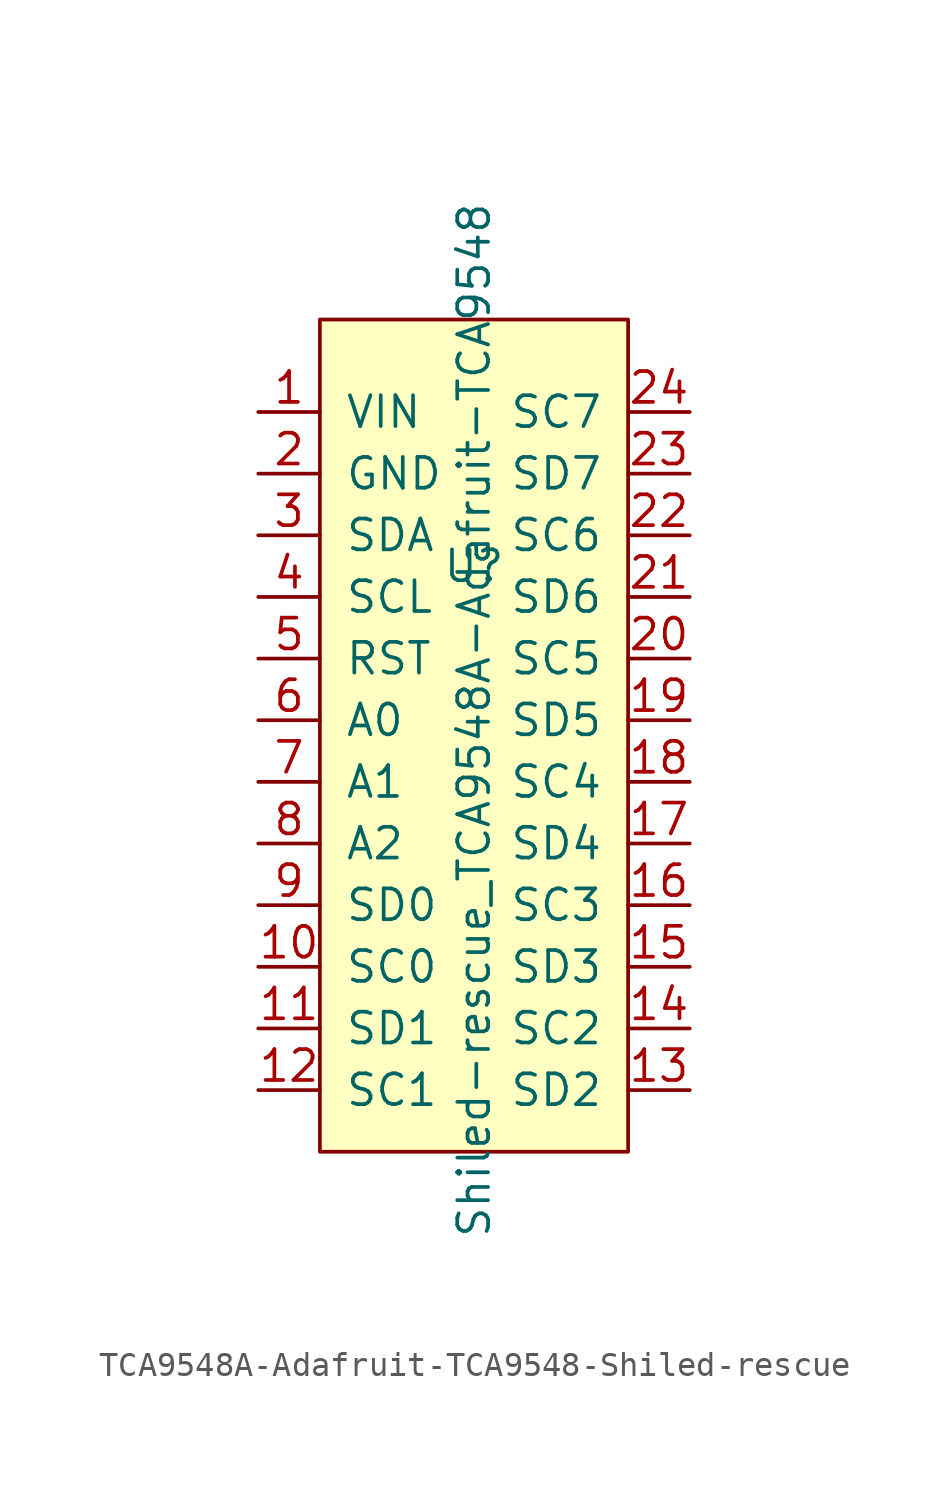
<source format=kicad_sym>
(kicad_symbol_lib
  (version 20220914)
  (generator kicad_symbol_editor)
  (symbol "TCA9548A-Adafruit-TCA9548-Shiled-rescue"
    (pin_names
      (offset 1.016))
    (property "Reference" "U"
      (at 0 1.27 0)
      (effects (font (size 1.27 1.27))))
    (property "Value" "Shiled-rescue_TCA9548A-Adafruit-TCA9548"
      (at 0 -5.08 90)
      (effects (font (size 1.27 1.27))))
    (symbol "TCA9548A-Adafruit-TCA9548-Shiled-rescue_0_1"
      (rectangle (start -6.35 11.43) (end 6.35 -22.86) (stroke (width 0) (type solid)) (fill (type background))))
    (symbol "TCA9548A-Adafruit-TCA9548-Shiled-rescue_1_1"
      (pin input line (at -8.89 7.62 0) (length 2.54) (name "VIN" (effects (font (size 1.27 1.27)))) (number "1" (effects (font (size 1.27 1.27)))))
      (pin input line (at -8.89 -15.24 0) (length 2.54) (name "SC0" (effects (font (size 1.27 1.27)))) (number "10" (effects (font (size 1.27 1.27)))))
      (pin input line (at -8.89 -17.78 0) (length 2.54) (name "SD1" (effects (font (size 1.27 1.27)))) (number "11" (effects (font (size 1.27 1.27)))))
      (pin input line (at -8.89 -20.32 0) (length 2.54) (name "SC1" (effects (font (size 1.27 1.27)))) (number "12" (effects (font (size 1.27 1.27)))))
      (pin input line (at 8.89 -20.32 180) (length 2.54) (name "SD2" (effects (font (size 1.27 1.27)))) (number "13" (effects (font (size 1.27 1.27)))))
      (pin input line (at 8.89 -17.78 180) (length 2.54) (name "SC2" (effects (font (size 1.27 1.27)))) (number "14" (effects (font (size 1.27 1.27)))))
      (pin input line (at 8.89 -15.24 180) (length 2.54) (name "SD3" (effects (font (size 1.27 1.27)))) (number "15" (effects (font (size 1.27 1.27)))))
      (pin input line (at 8.89 -12.7 180) (length 2.54) (name "SC3" (effects (font (size 1.27 1.27)))) (number "16" (effects (font (size 1.27 1.27)))))
      (pin input line (at 8.89 -10.16 180) (length 2.54) (name "SD4" (effects (font (size 1.27 1.27)))) (number "17" (effects (font (size 1.27 1.27)))))
      (pin input line (at 8.89 -7.62 180) (length 2.54) (name "SC4" (effects (font (size 1.27 1.27)))) (number "18" (effects (font (size 1.27 1.27)))))
      (pin input line (at 8.89 -5.08 180) (length 2.54) (name "SD5" (effects (font (size 1.27 1.27)))) (number "19" (effects (font (size 1.27 1.27)))))
      (pin input line (at -8.89 5.08 0) (length 2.54) (name "GND" (effects (font (size 1.27 1.27)))) (number "2" (effects (font (size 1.27 1.27)))))
      (pin input line (at 8.89 -2.54 180) (length 2.54) (name "SC5" (effects (font (size 1.27 1.27)))) (number "20" (effects (font (size 1.27 1.27)))))
      (pin input line (at 8.89 0 180) (length 2.54) (name "SD6" (effects (font (size 1.27 1.27)))) (number "21" (effects (font (size 1.27 1.27)))))
      (pin input line (at 8.89 2.54 180) (length 2.54) (name "SC6" (effects (font (size 1.27 1.27)))) (number "22" (effects (font (size 1.27 1.27)))))
      (pin input line (at 8.89 5.08 180) (length 2.54) (name "SD7" (effects (font (size 1.27 1.27)))) (number "23" (effects (font (size 1.27 1.27)))))
      (pin input line (at 8.89 7.62 180) (length 2.54) (name "SC7" (effects (font (size 1.27 1.27)))) (number "24" (effects (font (size 1.27 1.27)))))
      (pin input line (at -8.89 2.54 0) (length 2.54) (name "SDA" (effects (font (size 1.27 1.27)))) (number "3" (effects (font (size 1.27 1.27)))))
      (pin input line (at -8.89 0 0) (length 2.54) (name "SCL" (effects (font (size 1.27 1.27)))) (number "4" (effects (font (size 1.27 1.27)))))
      (pin input line (at -8.89 -2.54 0) (length 2.54) (name "RST" (effects (font (size 1.27 1.27)))) (number "5" (effects (font (size 1.27 1.27)))))
      (pin input line (at -8.89 -5.08 0) (length 2.54) (name "A0" (effects (font (size 1.27 1.27)))) (number "6" (effects (font (size 1.27 1.27)))))
      (pin input line (at -8.89 -7.62 0) (length 2.54) (name "A1" (effects (font (size 1.27 1.27)))) (number "7" (effects (font (size 1.27 1.27)))))
      (pin input line (at -8.89 -10.16 0) (length 2.54) (name "A2" (effects (font (size 1.27 1.27)))) (number "8" (effects (font (size 1.27 1.27)))))
      (pin input line (at -8.89 -12.7 0) (length 2.54) (name "SD0" (effects (font (size 1.27 1.27)))) (number "9" (effects (font (size 1.27 1.27))))))))
</source>
